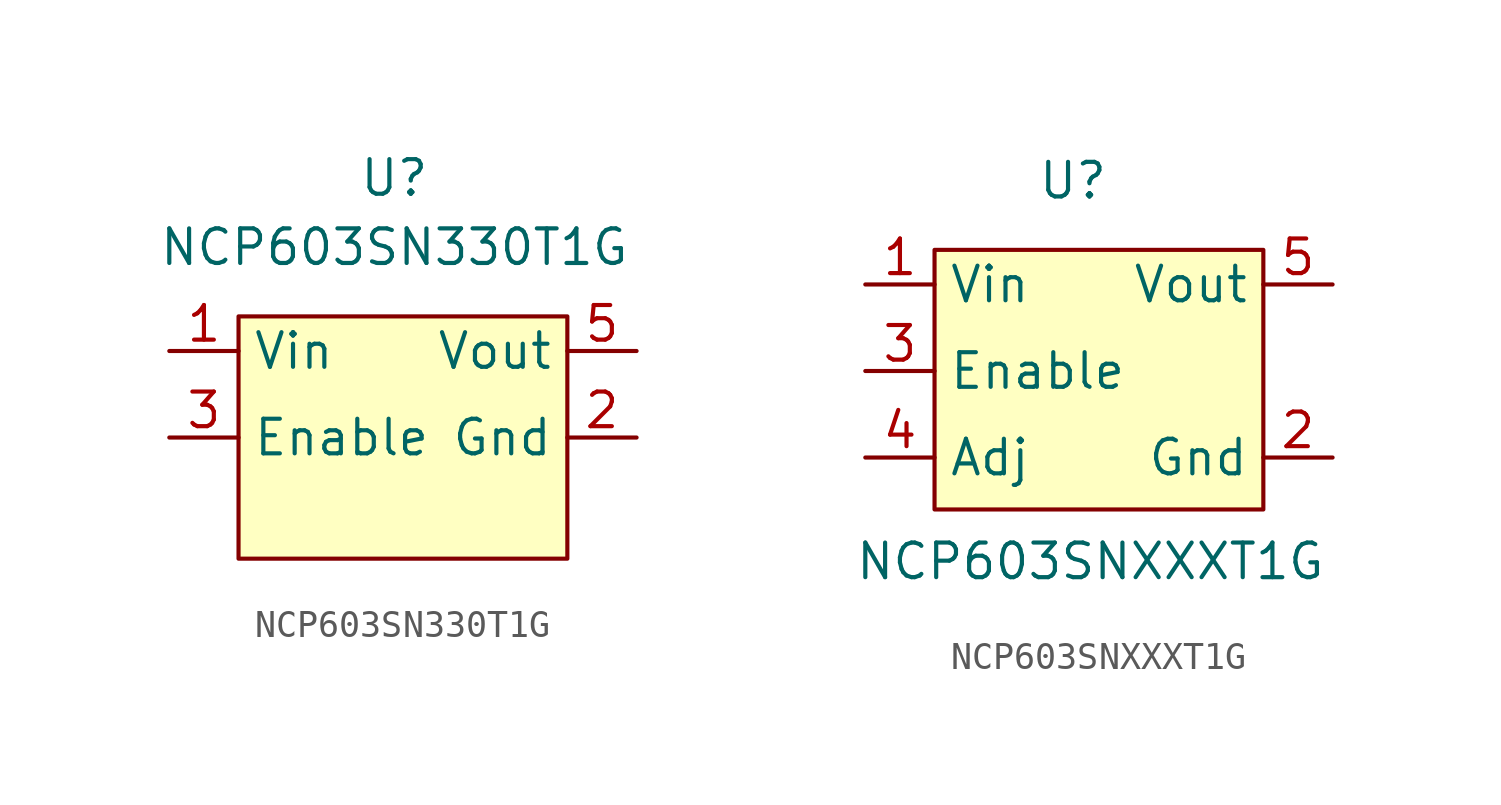
<source format=kicad_sym>
(kicad_symbol_lib
  (version 20211014)
  (generator kicad_symbol_editor)
  (symbol "NCP603SN330T1G"
    (property "Reference" "U"
      (at 0 8.255 0)
      (effects (font (size 1.27 1.27))))
    (property "Value" "NCP603SN330T1G"
      (at 0 5.715 0)
      (effects (font (size 1.27 1.27))))
    (symbol "NCP603SN330T1G_0_1"
      (rectangle (start -5.715 3.175) (end 6.35 -5.715) (stroke (width 0.152) (type default) (color 0 0 0 0)) (fill (type background))))
    (symbol "NCP603SN330T1G_1_1"
      (pin power_in line (at -8.255 1.905 0) (length 2.54) (name "Vin" (effects (font (size 1.27 1.27)))) (number "1" (effects (font (size 1.27 1.27)))))
      (pin power_in line (at 8.89 -1.27 180) (length 2.54) (name "Gnd" (effects (font (size 1.27 1.27)))) (number "2" (effects (font (size 1.27 1.27)))))
      (pin input line (at -8.255 -1.27 0) (length 2.54) (name "Enable" (effects (font (size 1.27 1.27)))) (number "3" (effects (font (size 1.27 1.27)))))
      (pin no_connect line (at -5.715 -4.445 0) (length 2.54) hide (name "NC" (effects (font (size 1.27 1.27)))) (number "4" (effects (font (size 1.27 1.27)))))
      (pin power_out line (at 8.89 1.905 180) (length 2.54) (name "Vout" (effects (font (size 1.27 1.27)))) (number "5" (effects (font (size 1.27 1.27)))))))
  (symbol "NCP603SNXXXT1G"
    (property "Reference" "U"
      (at -1.27 7.62 0)
      (effects (font (size 1.27 1.27))))
    (property "Value" "NCP603SNXXXT1G"
      (at -0.635 -6.35 0)
      (effects (font (size 1.27 1.27))))
    (symbol "NCP603SNXXXT1G_0_1"
      (rectangle (start -6.35 5.08) (end 5.715 -4.445) (stroke (width 0.152) (type default) (color 0 0 0 0)) (fill (type background))))
    (symbol "NCP603SNXXXT1G_1_1"
      (pin power_in line (at -8.89 3.81 0) (length 2.54) (name "Vin" (effects (font (size 1.27 1.27)))) (number "1" (effects (font (size 1.27 1.27)))))
      (pin power_in line (at 8.255 -2.54 180) (length 2.54) (name "Gnd" (effects (font (size 1.27 1.27)))) (number "2" (effects (font (size 1.27 1.27)))))
      (pin input line (at -8.89 0.635 0) (length 2.54) (name "Enable" (effects (font (size 1.27 1.27)))) (number "3" (effects (font (size 1.27 1.27)))))
      (pin input line (at -8.89 -2.54 0) (length 2.54) (name "Adj" (effects (font (size 1.27 1.27)))) (number "4" (effects (font (size 1.27 1.27)))))
      (pin power_out line (at 8.255 3.81 180) (length 2.54) (name "Vout" (effects (font (size 1.27 1.27)))) (number "5" (effects (font (size 1.27 1.27))))))))
</source>
